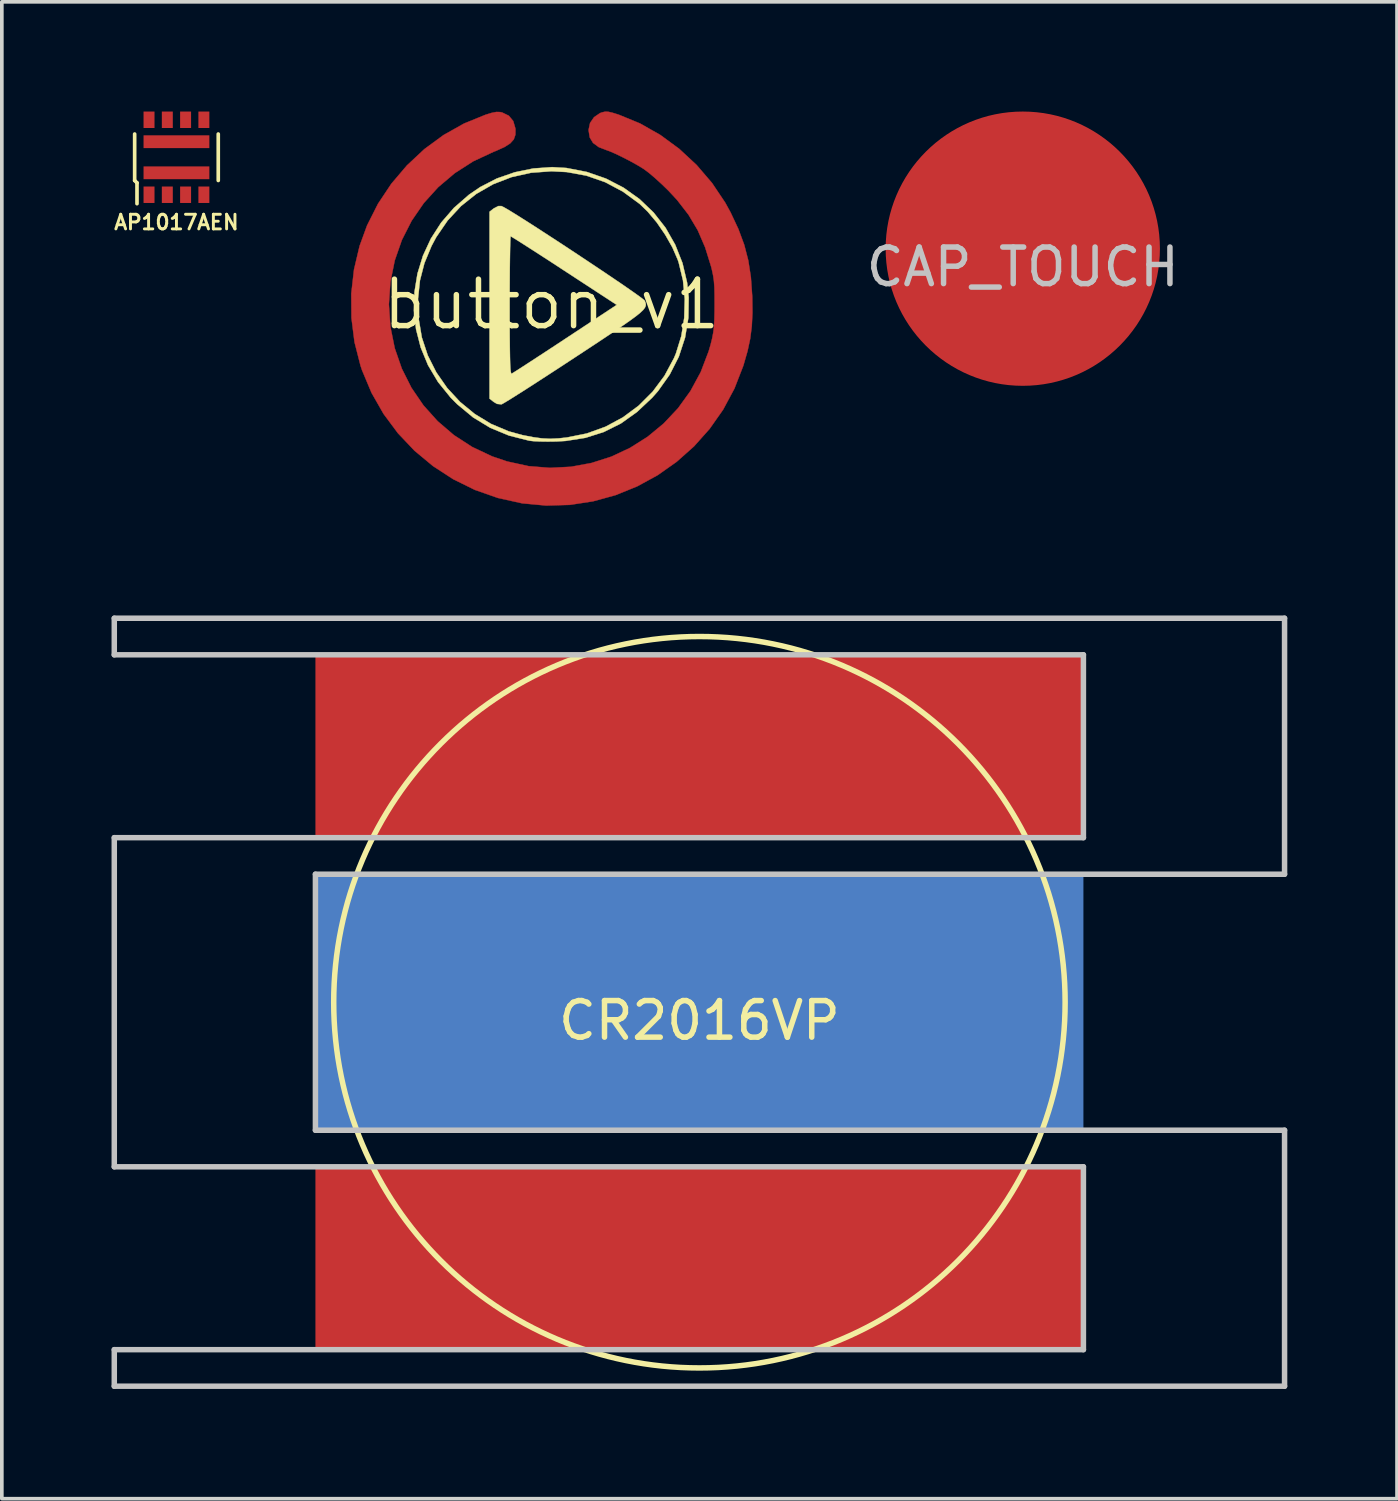
<source format=kicad_pcb>
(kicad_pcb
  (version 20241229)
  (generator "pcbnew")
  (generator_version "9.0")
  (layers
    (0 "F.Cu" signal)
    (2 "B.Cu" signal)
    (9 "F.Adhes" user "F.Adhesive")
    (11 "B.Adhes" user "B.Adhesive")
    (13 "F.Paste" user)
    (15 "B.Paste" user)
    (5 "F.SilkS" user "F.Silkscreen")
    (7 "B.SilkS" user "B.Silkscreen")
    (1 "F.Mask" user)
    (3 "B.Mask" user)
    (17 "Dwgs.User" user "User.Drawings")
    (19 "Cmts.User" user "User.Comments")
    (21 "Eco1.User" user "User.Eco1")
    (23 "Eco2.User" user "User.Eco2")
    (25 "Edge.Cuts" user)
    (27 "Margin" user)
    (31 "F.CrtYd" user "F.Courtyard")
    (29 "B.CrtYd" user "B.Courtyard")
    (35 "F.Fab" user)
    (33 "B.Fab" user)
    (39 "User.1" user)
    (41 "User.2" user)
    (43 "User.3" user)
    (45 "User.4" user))
  (footprint "button_v1"
    (layer "F.Cu")
    (at 12.029 5.274)
    (property "Reference" "button_v1" (at 0 0 0) (layer "F.SilkS") (effects (font (size 1.27 1.27) (thickness 0.15))))
    (attr through_hole)
    (fp_poly (pts (xy 1.552 -5.268) (xy 1.673 -5.24) (xy 1.84 -5.188) (xy 2.421 -4.949) (xy 2.975 -4.635) (xy 3.494 -4.254) (xy 3.969 -3.813) (xy 4.391 -3.32) (xy 4.752 -2.782) (xy 4.899 -2.514) (xy 5.113 -2.058) (xy 5.272 -1.628) (xy 5.383 -1.199) (xy 5.453 -0.745) (xy 5.489 -0.239) (xy 5.491 -0.191) (xy 5.496 0.23) (xy 5.478 0.596) (xy 5.435 0.935) (xy 5.362 1.275) (xy 5.256 1.644) (xy 5.244 1.682) (xy 5.004 2.299) (xy 4.696 2.874) (xy 4.325 3.402) (xy 3.898 3.881) (xy 3.421 4.305) (xy 2.901 4.671) (xy 2.342 4.976) (xy 1.753 5.215) (xy 1.137 5.384) (xy 0.503 5.481) (xy -0.144 5.5) (xy -0.799 5.439) (xy -0.804 5.438) (xy -1.465 5.292) (xy -2.095 5.071) (xy -2.689 4.778) (xy -3.241 4.419) (xy -3.746 3.999) (xy -4.198 3.522) (xy -4.591 2.993) (xy -4.92 2.417) (xy -5.18 1.798) (xy -5.222 1.672) (xy -5.386 1.029) (xy -5.469 0.37) (xy -5.474 -0.294) (xy -5.399 -0.955) (xy -5.246 -1.6) (xy -5.041 -2.162) (xy -4.743 -2.752) (xy -4.378 -3.3) (xy -3.953 -3.8) (xy -3.476 -4.246) (xy -2.953 -4.63) (xy -2.391 -4.946) (xy -1.808 -5.184) (xy -1.63 -5.239) (xy -1.505 -5.263) (xy -1.404 -5.26) (xy -1.348 -5.248) (xy -1.166 -5.16) (xy -1.045 -5.014) (xy -0.986 -4.811) (xy -0.984 -4.794) (xy -0.986 -4.64) (xy -1.03 -4.513) (xy -1.127 -4.404) (xy -1.285 -4.303) (xy -1.515 -4.199) (xy -1.578 -4.175) (xy -2.136 -3.915) (xy -2.643 -3.59) (xy -3.096 -3.207) (xy -3.491 -2.771) (xy -3.823 -2.288) (xy -4.089 -1.764) (xy -4.284 -1.205) (xy -4.404 -0.616) (xy -4.445 -0.005) (xy -4.445 0) (xy -4.404 0.611) (xy -4.285 1.198) (xy -4.092 1.755) (xy -3.83 2.277) (xy -3.502 2.758) (xy -3.113 3.192) (xy -2.668 3.573) (xy -2.17 3.896) (xy -1.625 4.154) (xy -1.215 4.293) (xy -0.627 4.422) (xy -0.042 4.469) (xy 0.535 4.439) (xy 1.097 4.335) (xy 1.638 4.162) (xy 2.151 3.921) (xy 2.63 3.618) (xy 3.069 3.255) (xy 3.462 2.837) (xy 3.802 2.366) (xy 4.083 1.847) (xy 4.298 1.283) (xy 4.35 1.106) (xy 4.393 0.933) (xy 4.423 0.777) (xy 4.443 0.617) (xy 4.454 0.43) (xy 4.46 0.194) (xy 4.461 0.021) (xy 4.46 -0.256) (xy 4.455 -0.47) (xy 4.442 -0.643) (xy 4.42 -0.795) (xy 4.387 -0.949) (xy 4.366 -1.033) (xy 4.202 -1.561) (xy 4 -2.028) (xy 3.747 -2.453) (xy 3.435 -2.856) (xy 3.196 -3.113) (xy 3.018 -3.286) (xy 2.835 -3.453) (xy 2.667 -3.596) (xy 2.533 -3.696) (xy 2.519 -3.706) (xy 2.35 -3.809) (xy 2.15 -3.92) (xy 1.94 -4.028) (xy 1.745 -4.122) (xy 1.587 -4.19) (xy 1.524 -4.212) (xy 1.293 -4.301) (xy 1.137 -4.416) (xy 1.047 -4.566) (xy 1.016 -4.759) (xy 1.016 -4.778) (xy 1.056 -4.962) (xy 1.164 -5.119) (xy 1.326 -5.23) (xy 1.374 -5.249) (xy 1.461 -5.269) (xy 1.552 -5.268)) (stroke (width 0.01) (type solid)) (fill yes) (layer "F.Cu"))
    (fp_poly (pts (xy 1.552 -5.268) (xy 1.673 -5.24) (xy 1.84 -5.188) (xy 2.421 -4.949) (xy 2.975 -4.635) (xy 3.494 -4.254) (xy 3.969 -3.813) (xy 4.391 -3.32) (xy 4.752 -2.782) (xy 4.899 -2.514) (xy 5.113 -2.058) (xy 5.272 -1.628) (xy 5.383 -1.199) (xy 5.453 -0.745) (xy 5.489 -0.239) (xy 5.491 -0.191) (xy 5.496 0.23) (xy 5.478 0.596) (xy 5.435 0.935) (xy 5.362 1.275) (xy 5.256 1.644) (xy 5.244 1.682) (xy 5.004 2.299) (xy 4.696 2.874) (xy 4.325 3.402) (xy 3.898 3.881) (xy 3.421 4.305) (xy 2.901 4.671) (xy 2.342 4.976) (xy 1.753 5.215) (xy 1.137 5.384) (xy 0.503 5.481) (xy -0.144 5.5) (xy -0.799 5.439) (xy -0.804 5.438) (xy -1.465 5.292) (xy -2.095 5.071) (xy -2.689 4.778) (xy -3.241 4.419) (xy -3.746 3.999) (xy -4.198 3.522) (xy -4.591 2.993) (xy -4.92 2.417) (xy -5.18 1.798) (xy -5.222 1.672) (xy -5.386 1.029) (xy -5.469 0.37) (xy -5.474 -0.294) (xy -5.399 -0.955) (xy -5.246 -1.6) (xy -5.041 -2.162) (xy -4.743 -2.752) (xy -4.378 -3.3) (xy -3.953 -3.8) (xy -3.476 -4.246) (xy -2.953 -4.63) (xy -2.391 -4.946) (xy -1.808 -5.184) (xy -1.63 -5.239) (xy -1.505 -5.263) (xy -1.404 -5.26) (xy -1.348 -5.248) (xy -1.166 -5.16) (xy -1.045 -5.014) (xy -0.986 -4.811) (xy -0.984 -4.794) (xy -0.986 -4.64) (xy -1.03 -4.513) (xy -1.127 -4.404) (xy -1.285 -4.303) (xy -1.515 -4.199) (xy -1.578 -4.175) (xy -2.136 -3.915) (xy -2.643 -3.59) (xy -3.096 -3.207) (xy -3.491 -2.771) (xy -3.823 -2.288) (xy -4.089 -1.764) (xy -4.284 -1.205) (xy -4.404 -0.616) (xy -4.445 -0.005) (xy -4.445 0) (xy -4.404 0.611) (xy -4.285 1.198) (xy -4.092 1.755) (xy -3.83 2.277) (xy -3.502 2.758) (xy -3.113 3.192) (xy -2.668 3.573) (xy -2.17 3.896) (xy -1.625 4.154) (xy -1.215 4.293) (xy -0.627 4.422) (xy -0.042 4.469) (xy 0.535 4.439) (xy 1.097 4.335) (xy 1.638 4.162) (xy 2.151 3.921) (xy 2.63 3.618) (xy 3.069 3.255) (xy 3.462 2.837) (xy 3.802 2.366) (xy 4.083 1.847) (xy 4.298 1.283) (xy 4.35 1.106) (xy 4.393 0.933) (xy 4.423 0.777) (xy 4.443 0.617) (xy 4.454 0.43) (xy 4.46 0.194) (xy 4.461 0.021) (xy 4.46 -0.256) (xy 4.455 -0.47) (xy 4.442 -0.643) (xy 4.42 -0.795) (xy 4.387 -0.949) (xy 4.366 -1.033) (xy 4.202 -1.561) (xy 4 -2.028) (xy 3.747 -2.453) (xy 3.435 -2.856) (xy 3.196 -3.113) (xy 3.018 -3.286) (xy 2.835 -3.453) (xy 2.667 -3.596) (xy 2.533 -3.696) (xy 2.519 -3.706) (xy 2.35 -3.809) (xy 2.15 -3.92) (xy 1.94 -4.028) (xy 1.745 -4.122) (xy 1.587 -4.19) (xy 1.524 -4.212) (xy 1.293 -4.301) (xy 1.137 -4.416) (xy 1.047 -4.566) (xy 1.016 -4.759) (xy 1.016 -4.778) (xy 1.056 -4.962) (xy 1.164 -5.119) (xy 1.326 -5.23) (xy 1.374 -5.249) (xy 1.461 -5.269) (xy 1.552 -5.268)) (stroke (width 0.01) (type solid)) (fill yes) (layer "F.Mask"))
    (fp_poly (pts (xy -1.307 -2.66) (xy -1.183 -2.589) (xy -1.007 -2.481) (xy -0.786 -2.342) (xy -0.528 -2.178) (xy -0.242 -1.993) (xy 0.066 -1.793) (xy 0.387 -1.583) (xy 0.712 -1.368) (xy 1.034 -1.154) (xy 1.346 -0.946) (xy 1.638 -0.749) (xy 1.904 -0.569) (xy 2.134 -0.41) (xy 2.321 -0.279) (xy 2.458 -0.179) (xy 2.535 -0.118) (xy 2.55 -0.102) (xy 2.57 -0.053) (xy 2.581 -0.007) (xy 2.577 0.04) (xy 2.554 0.092) (xy 2.505 0.154) (xy 2.426 0.229) (xy 2.312 0.321) (xy 2.157 0.435) (xy 1.956 0.575) (xy 1.706 0.745) (xy 1.399 0.95) (xy 1.031 1.193) (xy 0.634 1.454) (xy 0.271 1.692) (xy -0.073 1.916) (xy -0.391 2.122) (xy -0.676 2.306) (xy -0.922 2.462) (xy -1.12 2.587) (xy -1.266 2.676) (xy -1.351 2.725) (xy -1.368 2.732) (xy -1.488 2.72) (xy -1.579 2.666) (xy -1.693 2.576) (xy -1.693 0.026) (xy -1.143 0.026) (xy -1.143 0.491) (xy -1.141 0.878) (xy -1.138 1.192) (xy -1.134 1.44) (xy -1.129 1.627) (xy -1.122 1.76) (xy -1.112 1.845) (xy -1.101 1.887) (xy -1.09 1.894) (xy -1.044 1.867) (xy -0.935 1.798) (xy -0.772 1.693) (xy -0.561 1.556) (xy -0.311 1.393) (xy -0.03 1.209) (xy 0.274 1.009) (xy 0.374 0.943) (xy 1.785 0.013) (xy 0.349 -0.925) (xy 0.037 -1.129) (xy -0.253 -1.317) (xy -0.514 -1.485) (xy -0.737 -1.628) (xy -0.916 -1.742) (xy -1.042 -1.82) (xy -1.107 -1.859) (xy -1.115 -1.863) (xy -1.121 -1.822) (xy -1.126 -1.705) (xy -1.131 -1.52) (xy -1.135 -1.276) (xy -1.139 -0.981) (xy -1.141 -0.644) (xy -1.143 -0.273) (xy -1.143 0.026) (xy -1.693 0.026) (xy -1.693 -2.534) (xy -1.579 -2.624) (xy -1.451 -2.69) (xy -1.369 -2.69) (xy -1.307 -2.66)) (stroke (width 0.01) (type solid)) (fill yes) (layer "F.SilkS"))
    (fp_poly (pts (xy 0.408 -3.731) (xy 0.968 -3.622) (xy 1.49 -3.441) (xy 1.972 -3.192) (xy 2.408 -2.881) (xy 2.792 -2.514) (xy 3.119 -2.097) (xy 3.384 -1.633) (xy 3.583 -1.13) (xy 3.71 -0.592) (xy 3.753 -0.191) (xy 3.744 0.368) (xy 3.653 0.91) (xy 3.483 1.428) (xy 3.235 1.917) (xy 2.913 2.371) (xy 2.755 2.55) (xy 2.338 2.942) (xy 1.899 3.255) (xy 1.43 3.489) (xy 0.929 3.648) (xy 0.388 3.733) (xy 0.127 3.748) (xy -0.099 3.751) (xy -0.314 3.748) (xy -0.494 3.739) (xy -0.607 3.726) (xy -1.161 3.586) (xy -1.672 3.375) (xy -2.143 3.089) (xy -2.579 2.727) (xy -2.755 2.55) (xy -3.102 2.121) (xy -3.375 1.662) (xy -3.575 1.178) (xy -3.703 0.679) (xy -3.76 0.171) (xy -3.751 -0.16) (xy -3.648 -0.16) (xy -3.633 0.373) (xy -3.631 0.388) (xy -3.545 0.902) (xy -3.382 1.394) (xy -3.149 1.857) (xy -2.852 2.284) (xy -2.499 2.666) (xy -2.097 2.996) (xy -1.651 3.267) (xy -1.17 3.47) (xy -0.796 3.573) (xy -0.503 3.63) (xy -0.26 3.663) (xy -0.037 3.674) (xy 0.197 3.663) (xy 0.424 3.638) (xy 0.966 3.529) (xy 1.478 3.344) (xy 1.954 3.088) (xy 2.386 2.767) (xy 2.767 2.386) (xy 3.091 1.951) (xy 3.351 1.466) (xy 3.404 1.339) (xy 3.549 0.871) (xy 3.63 0.369) (xy 3.645 -0.148) (xy 3.596 -0.658) (xy 3.48 -1.14) (xy 3.451 -1.227) (xy 3.307 -1.559) (xy 3.111 -1.904) (xy 2.882 -2.238) (xy 2.634 -2.534) (xy 2.415 -2.746) (xy 1.953 -3.085) (xy 1.467 -3.343) (xy 0.956 -3.521) (xy 0.418 -3.619) (xy 0 -3.641) (xy -0.559 -3.6) (xy -1.092 -3.481) (xy -1.592 -3.288) (xy -2.054 -3.023) (xy -2.471 -2.691) (xy -2.839 -2.294) (xy -3.151 -1.838) (xy -3.279 -1.598) (xy -3.474 -1.128) (xy -3.596 -0.655) (xy -3.648 -0.16) (xy -3.751 -0.16) (xy -3.746 -0.339) (xy -3.664 -0.842) (xy -3.514 -1.331) (xy -3.297 -1.799) (xy -3.015 -2.238) (xy -2.667 -2.64) (xy -2.256 -2.999) (xy -1.947 -3.21) (xy -1.497 -3.442) (xy -1.006 -3.613) (xy -0.495 -3.718) (xy 0.018 -3.754) (xy 0.408 -3.731)) (stroke (width 0.01) (type solid)) (fill yes) (layer "F.SilkS")))
  (footprint "CAP_TOUCH"
    (layer "F.Cu")
    (at 24.917 3.75)
    (property "Reference" "CAP_TOUCH" (at 0 0.5 0) (layer "Dwgs.User") (effects (font (size 1 1) (thickness 0.15))))
    (attr through_hole)
    (pad "1" smd circle (at 0 0) (size 7.5 7.5) (layers "F.Cu")))
  (footprint "CR2016VP"
    (layer "F.Cu")
    (at 16.075 24.355)
    (property "Reference" "CR2016VP" (at 0 0.5 0) (layer "F.SilkS") (effects (font (size 1 1) (thickness 0.15))))
    (attr through_hole)
    (fp_circle (center 0 0) (end 10 0) (stroke (width 0.15) (type solid)) (fill no) (layer "F.SilkS"))
    (fp_line (start -16 -10.5) (end 16 -10.5) (stroke (width 0.15) (type solid)) (layer "Dwgs.User"))
    (fp_line (start -16 -9.5) (end -16 -10.5) (stroke (width 0.15) (type solid)) (layer "Dwgs.User"))
    (fp_line (start -16 -4.5) (end 10.5 -4.5) (stroke (width 0.15) (type solid)) (layer "Dwgs.User"))
    (fp_line (start -16 4.5) (end -16 -4.5) (stroke (width 0.15) (type solid)) (layer "Dwgs.User"))
    (fp_line (start -16 9.5) (end -16 10.5) (stroke (width 0.15) (type solid)) (layer "Dwgs.User"))
    (fp_line (start -16 9.5) (end 10.5 9.5) (stroke (width 0.15) (type solid)) (layer "Dwgs.User"))
    (fp_line (start -16 10.5) (end 16 10.5) (stroke (width 0.15) (type solid)) (layer "Dwgs.User"))
    (fp_line (start -10.5 -3.5) (end 16 -3.5) (stroke (width 0.15) (type solid)) (layer "Dwgs.User"))
    (fp_line (start -10.5 3.5) (end -10.5 -3.5) (stroke (width 0.15) (type solid)) (layer "Dwgs.User"))
    (fp_line (start 10.5 -9.5) (end -16 -9.5) (stroke (width 0.15) (type solid)) (layer "Dwgs.User"))
    (fp_line (start 10.5 -4.5) (end 10.5 -9.5) (stroke (width 0.15) (type solid)) (layer "Dwgs.User"))
    (fp_line (start 10.5 4.5) (end -16 4.5) (stroke (width 0.15) (type solid)) (layer "Dwgs.User"))
    (fp_line (start 10.5 9.5) (end 10.5 4.5) (stroke (width 0.15) (type solid)) (layer "Dwgs.User"))
    (fp_line (start 16 -10.5) (end 16 -3.5) (stroke (width 0.15) (type solid)) (layer "Dwgs.User"))
    (fp_line (start 16 3.5) (end -10.5 3.5) (stroke (width 0.15) (type solid)) (layer "Dwgs.User"))
    (fp_line (start 16 10.5) (end 16 3.5) (stroke (width 0.15) (type solid)) (layer "Dwgs.User"))
    (pad "1" smd rect (at 0 -7) (size 21 5) (layers "F.Cu" "F.Mask"))
    (pad "1" smd rect (at 0 7) (size 21 5) (layers "F.Cu" "F.Mask"))
    (pad "2" smd rect (at 0 0) (size 21 7) (layers "B.Cu" "B.Mask")))
  (footprint "AP1017AEN"
    (layer "F.Cu")
    (at 1.775 1.25)
    (property "Reference" "AP1017AEN" (at 0 1.778 0) (layer "F.SilkS") (effects (font (size 0.4 0.4) (thickness 0.08))))
    (attr through_hole)
    (fp_line (start -1.143 -0.635) (end -1.143 0.635) (stroke (width 0.1) (type solid)) (layer "F.SilkS"))
    (fp_line (start -1.143 0.635) (end -1.079 0.699) (stroke (width 0.1) (type solid)) (layer "F.SilkS"))
    (fp_line (start -1.079 0.699) (end -1.079 1.27) (stroke (width 0.1) (type solid)) (layer "F.SilkS"))
    (fp_line (start 1.143 -0.635) (end 1.143 0.635) (stroke (width 0.1) (type solid)) (layer "F.SilkS"))
    (pad "1" smd rect (at -0.75 1.025) (size 0.3 0.45) (layers "F.Cu" "F.Mask" "F.Paste"))
    (pad "2" smd rect (at -0.25 1.025) (size 0.3 0.45) (layers "F.Cu" "F.Mask" "F.Paste"))
    (pad "3" smd rect (at 0.25 1.025) (size 0.3 0.45) (layers "F.Cu" "F.Mask" "F.Paste"))
    (pad "4" smd rect (at 0.75 1.025) (size 0.3 0.45) (layers "F.Cu" "F.Mask" "F.Paste"))
    (pad "5" smd rect (at 0.75 -1.025) (size 0.3 0.45) (layers "F.Cu" "F.Mask" "F.Paste"))
    (pad "6" smd rect (at 0.25 -1.025) (size 0.3 0.45) (layers "F.Cu" "F.Mask" "F.Paste"))
    (pad "7" smd rect (at -0.25 -1.025) (size 0.3 0.45) (layers "F.Cu" "F.Mask" "F.Paste"))
    (pad "8" smd rect (at -0.75 -1.025) (size 0.3 0.45) (layers "F.Cu" "F.Mask" "F.Paste"))
    (pad "9" smd rect (at 0 -0.425) (size 1.8 0.35) (layers "F.Cu" "F.Mask" "F.Paste"))
    (pad "9" smd rect (at 0 0.425) (size 1.8 0.35) (layers "F.Cu" "F.Mask" "F.Paste")))
  (gr_rect
    (start -3 -3)
    (end 35.15 37.93)
    (stroke (width 0.1) (type default))
    (fill no)
    (layer "Edge.Cuts")))
</source>
